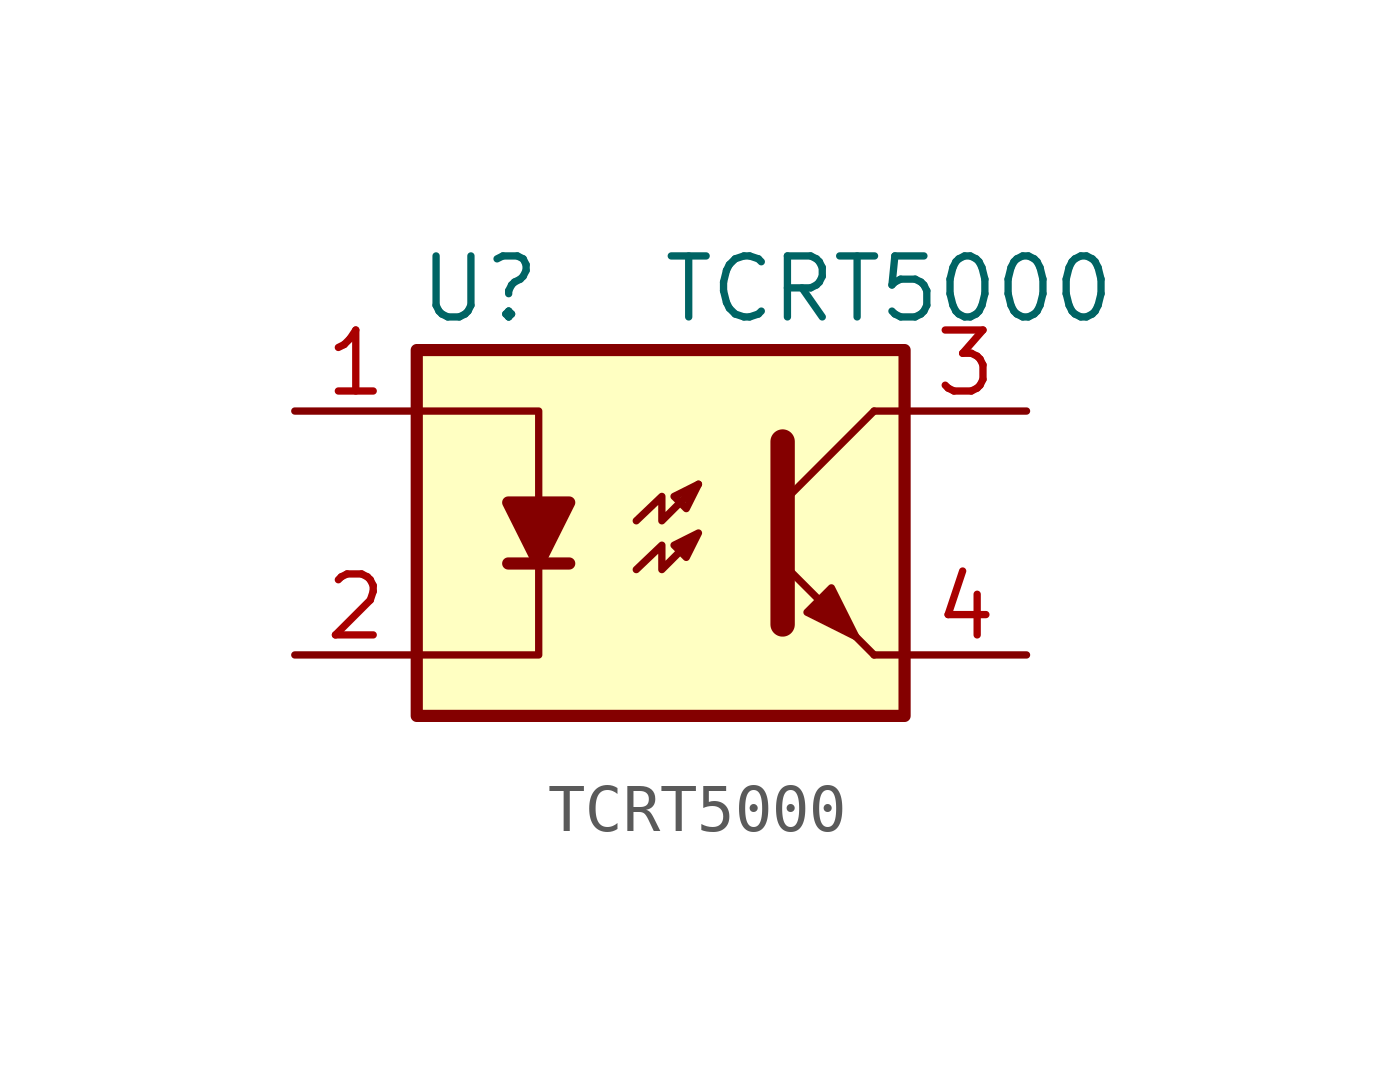
<source format=kicad_sym>
(kicad_symbol_lib
  (version 20211014)
  (generator kicad_symbol_editor)
  (symbol "TCRT5000"
    (pin_names
      (offset 1.016))
    (property "Reference" "U"
      (at -5.08 5.08 0)
      (effects (font (size 1.27 1.27)) (justify left)))
    (property "Value" "TCRT5000"
      (at 0 5.08 0)
      (effects (font (size 1.27 1.27)) (justify left)))
    (symbol "TCRT5000_0_1"
      (rectangle (start -5.08 3.81) (end 5.08 -3.81) (stroke (width 0.254) (type default) (color 0 0 0 0)) (fill (type background)))
      (polyline (pts (xy -3.175 -0.635) (xy -1.905 -0.635)) (stroke (width 0.254) (type default) (color 0 0 0 0)) (fill (type none)))
      (polyline (pts (xy 2.54 0.635) (xy 4.445 2.54)) (stroke (width 0) (type default) (color 0 0 0 0)) (fill (type none)))
      (polyline (pts (xy 4.445 -2.54) (xy 2.54 -0.635)) (stroke (width 0) (type default) (color 0 0 0 0)) (fill (type outline)))
      (polyline (pts (xy 4.445 -2.54) (xy 5.08 -2.54)) (stroke (width 0) (type default) (color 0 0 0 0)) (fill (type none)))
      (polyline (pts (xy 4.445 2.54) (xy 5.08 2.54)) (stroke (width 0) (type default) (color 0 0 0 0)) (fill (type none)))
      (polyline (pts (xy -5.08 2.54) (xy -2.54 2.54) (xy -2.54 0.635)) (stroke (width 0) (type default) (color 0 0 0 0)) (fill (type none)))
      (polyline (pts (xy -2.54 -0.635) (xy -2.54 -2.54) (xy -5.08 -2.54)) (stroke (width 0) (type default) (color 0 0 0 0)) (fill (type none)))
      (polyline (pts (xy 2.54 1.905) (xy 2.54 -1.905) (xy 2.54 -1.905)) (stroke (width 0.508) (type default) (color 0 0 0 0)) (fill (type none)))
      (polyline (pts (xy -2.54 -0.635) (xy -3.175 0.635) (xy -1.905 0.635) (xy -2.54 -0.635)) (stroke (width 0.254) (type default) (color 0 0 0 0)) (fill (type outline)))
      (polyline (pts (xy -0.508 0.254) (xy 0.025 0.762) (xy 0.025 0.254) (xy 0.787 1.016)) (stroke (width 0) (type default) (color 0 0 0 0)) (fill (type none)))
      (polyline (pts (xy 0.787 1.016) (xy 0.279 0.762) (xy 0.533 0.508) (xy 0.787 1.016)) (stroke (width 0) (type default) (color 0 0 0 0)) (fill (type none)))
      (polyline (pts (xy 3.048 -1.651) (xy 3.556 -1.143) (xy 4.064 -2.159) (xy 3.048 -1.651) (xy 3.048 -1.651)) (stroke (width 0) (type default) (color 0 0 0 0)) (fill (type outline)))
      (polyline (pts (xy -0.508 -0.762) (xy 0.025 -0.254) (xy 0.025 -0.762) (xy 0.787 0) (xy 0.279 -0.254) (xy 0.533 -0.508) (xy 0.787 0)) (stroke (width 0) (type default) (color 0 0 0 0)) (fill (type none))))
    (symbol "TCRT5000_1_1"
      (pin passive line (at -7.62 2.54 0) (length 2.54) (name "~" (effects (font (size 1.27 1.27)))) (number "1" (effects (font (size 1.27 1.27)))))
      (pin passive line (at -7.62 -2.54 0) (length 2.54) (name "~" (effects (font (size 1.27 1.27)))) (number "2" (effects (font (size 1.27 1.27)))))
      (pin passive line (at 7.62 2.54 180) (length 2.54) (name "~" (effects (font (size 1.27 1.27)))) (number "3" (effects (font (size 1.27 1.27)))))
      (pin passive line (at 7.62 -2.54 180) (length 2.54) (name "~" (effects (font (size 1.27 1.27)))) (number "4" (effects (font (size 1.27 1.27))))))))
</source>
